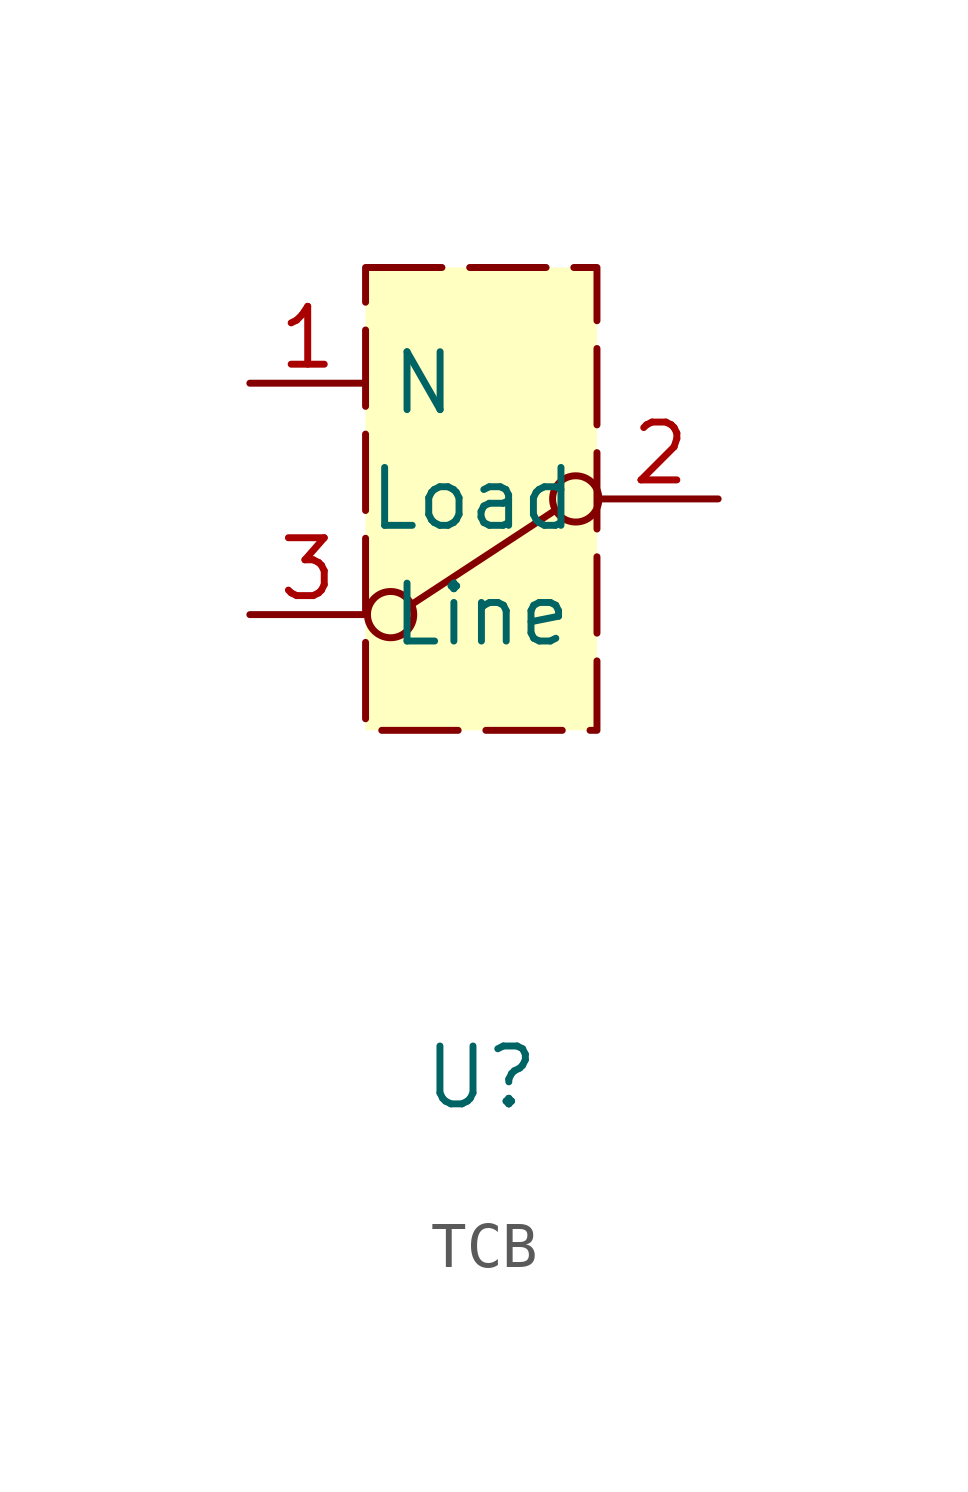
<source format=kicad_sym>
(kicad_symbol_lib
  (version 20220914)
  (generator kicad_symbol_editor)
  (symbol "TCB"
    (property "Reference" "U"
      (at 0 -12.7 0)
      (effects (font (size 1.27 1.27))))
    (property "Value" ""
      (at 0 -2.54 0)
      (effects (font (size 1.27 1.27))))
    (symbol "TCB_0_0"
      (circle (center -1.99 -2.54) (radius 0.508) (stroke (width 0) (type default)) (fill (type none))))
    (symbol "TCB_0_1"
      (polyline (pts (xy -1.482 -2.286) (xy 1.617 -0.254)) (stroke (width 0) (type default)) (fill (type none)))
      (circle (center 2.074 0) (radius 0.508) (stroke (width 0) (type default)) (fill (type none))))
    (symbol "TCB_1_1"
      (rectangle (start -2.54 5.08) (end 2.54 -5.08) (stroke (width 0) (type dash)) (fill (type background)))
      (pin passive line (at -5.08 2.54 0) (length 2.54) (name "N" (effects (font (size 1.27 1.27)))) (number "1" (effects (font (size 1.27 1.27)))))
      (pin passive line (at 5.2 0 180) (length 2.54) (name "Load" (effects (font (size 1.27 1.27)))) (number "2" (effects (font (size 1.27 1.27)))))
      (pin passive line (at -5.08 -2.54 0) (length 2.54) (name "Line" (effects (font (size 1.27 1.27)))) (number "3" (effects (font (size 1.27 1.27))))))))
</source>
